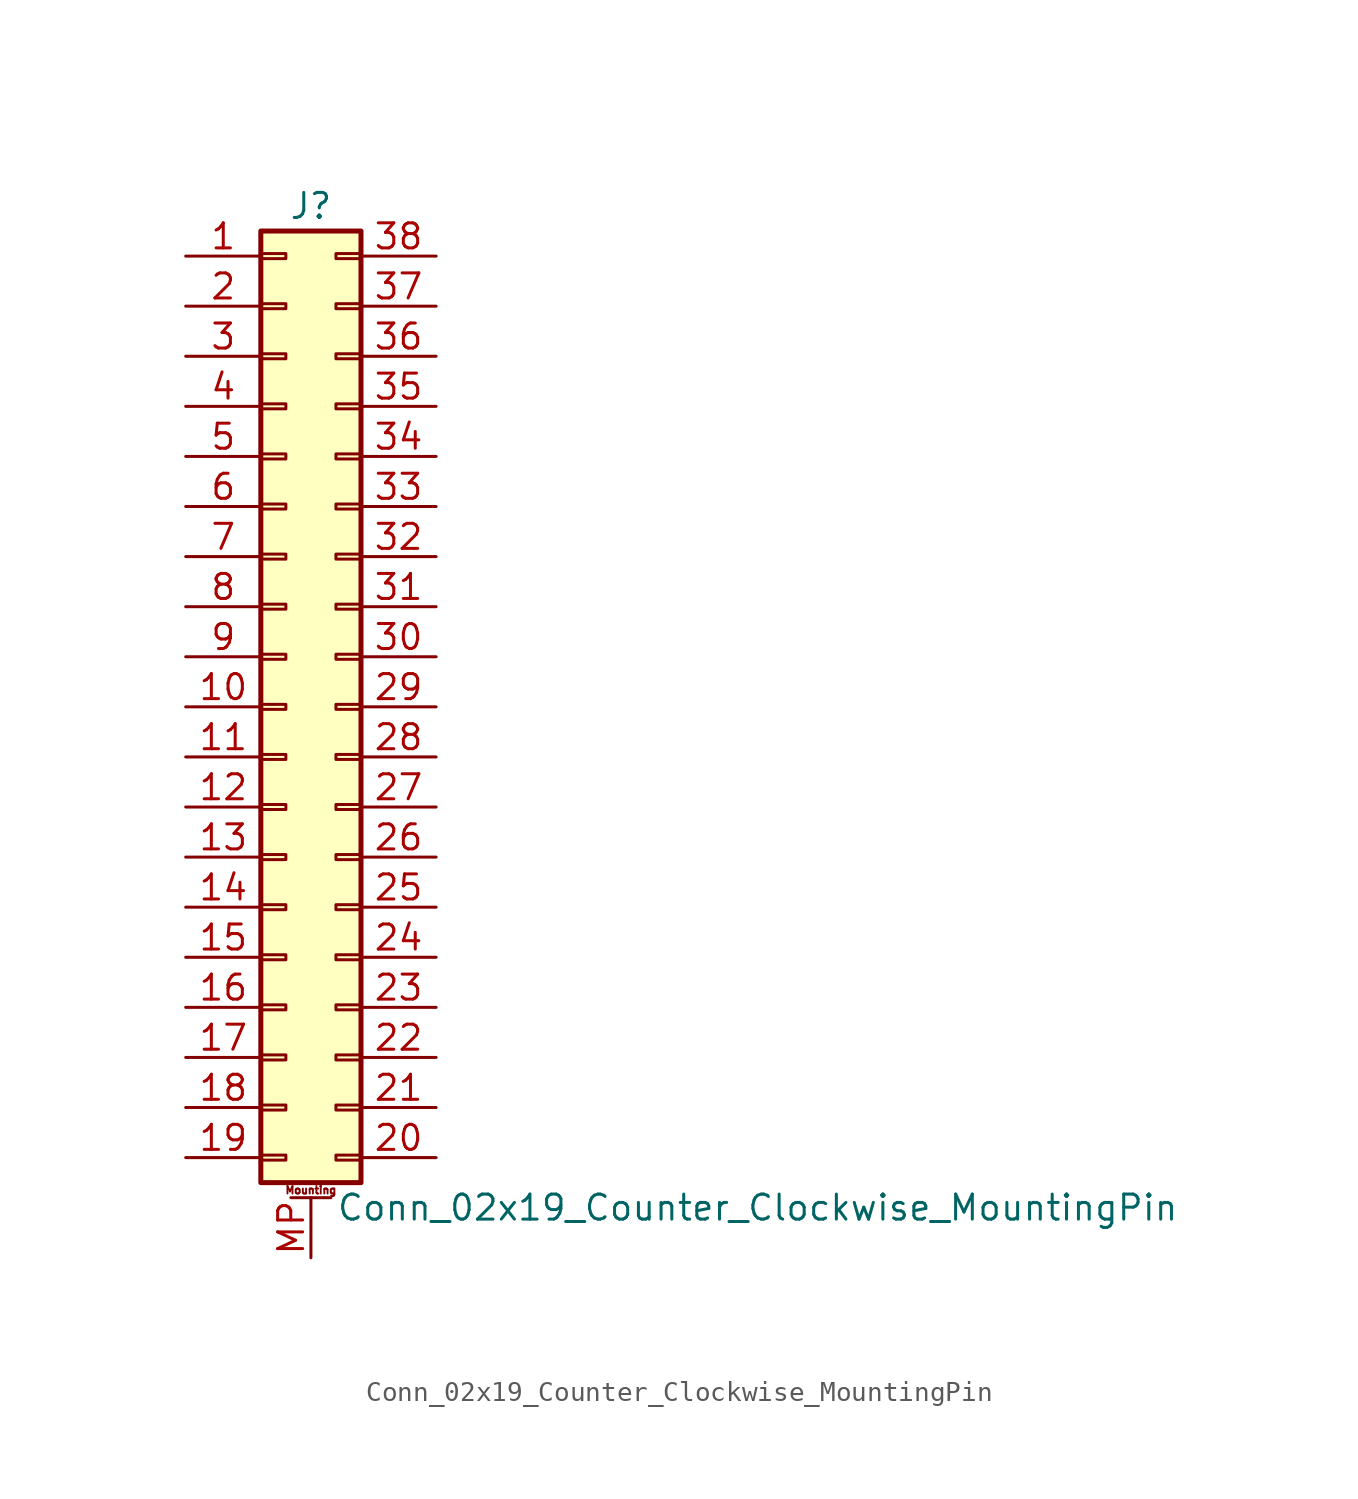
<source format=kicad_sym>
(kicad_symbol_lib
  (version 20211014)
  (generator kicad_symbol_editor)
  (symbol "Conn_02x19_Counter_Clockwise_MountingPin"
    (pin_names
      (offset 1.016) hide)
    (property "Reference" "J"
      (at 1.27 25.4 0)
      (effects (font (size 1.27 1.27))))
    (property "Value" "Conn_02x19_Counter_Clockwise_MountingPin"
      (at 2.54 -25.4 0)
      (effects (font (size 1.27 1.27)) (justify left)))
    (symbol "Conn_02x19_Counter_Clockwise_MountingPin_1_1"
      (rectangle (start -1.27 -22.733) (end 0 -22.987) (stroke (width 0.152) (type default) (color 0 0 0 0)) (fill (type none)))
      (rectangle (start -1.27 -20.193) (end 0 -20.447) (stroke (width 0.152) (type default) (color 0 0 0 0)) (fill (type none)))
      (rectangle (start -1.27 -17.653) (end 0 -17.907) (stroke (width 0.152) (type default) (color 0 0 0 0)) (fill (type none)))
      (rectangle (start -1.27 -15.113) (end 0 -15.367) (stroke (width 0.152) (type default) (color 0 0 0 0)) (fill (type none)))
      (rectangle (start -1.27 -12.573) (end 0 -12.827) (stroke (width 0.152) (type default) (color 0 0 0 0)) (fill (type none)))
      (rectangle (start -1.27 -10.033) (end 0 -10.287) (stroke (width 0.152) (type default) (color 0 0 0 0)) (fill (type none)))
      (rectangle (start -1.27 -7.493) (end 0 -7.747) (stroke (width 0.152) (type default) (color 0 0 0 0)) (fill (type none)))
      (rectangle (start -1.27 -4.953) (end 0 -5.207) (stroke (width 0.152) (type default) (color 0 0 0 0)) (fill (type none)))
      (rectangle (start -1.27 -2.413) (end 0 -2.667) (stroke (width 0.152) (type default) (color 0 0 0 0)) (fill (type none)))
      (rectangle (start -1.27 0.127) (end 0 -0.127) (stroke (width 0.152) (type default) (color 0 0 0 0)) (fill (type none)))
      (rectangle (start -1.27 2.667) (end 0 2.413) (stroke (width 0.152) (type default) (color 0 0 0 0)) (fill (type none)))
      (rectangle (start -1.27 5.207) (end 0 4.953) (stroke (width 0.152) (type default) (color 0 0 0 0)) (fill (type none)))
      (rectangle (start -1.27 7.747) (end 0 7.493) (stroke (width 0.152) (type default) (color 0 0 0 0)) (fill (type none)))
      (rectangle (start -1.27 10.287) (end 0 10.033) (stroke (width 0.152) (type default) (color 0 0 0 0)) (fill (type none)))
      (rectangle (start -1.27 12.827) (end 0 12.573) (stroke (width 0.152) (type default) (color 0 0 0 0)) (fill (type none)))
      (rectangle (start -1.27 15.367) (end 0 15.113) (stroke (width 0.152) (type default) (color 0 0 0 0)) (fill (type none)))
      (rectangle (start -1.27 17.907) (end 0 17.653) (stroke (width 0.152) (type default) (color 0 0 0 0)) (fill (type none)))
      (rectangle (start -1.27 20.447) (end 0 20.193) (stroke (width 0.152) (type default) (color 0 0 0 0)) (fill (type none)))
      (rectangle (start -1.27 22.987) (end 0 22.733) (stroke (width 0.152) (type default) (color 0 0 0 0)) (fill (type none)))
      (rectangle (start -1.27 24.13) (end 3.81 -24.13) (stroke (width 0.254) (type default) (color 0 0 0 0)) (fill (type background)))
      (polyline (pts (xy 0.254 -24.892) (xy 2.286 -24.892)) (stroke (width 0.152) (type default) (color 0 0 0 0)) (fill (type none)))
      (rectangle (start 3.81 -22.733) (end 2.54 -22.987) (stroke (width 0.152) (type default) (color 0 0 0 0)) (fill (type none)))
      (rectangle (start 3.81 -20.193) (end 2.54 -20.447) (stroke (width 0.152) (type default) (color 0 0 0 0)) (fill (type none)))
      (rectangle (start 3.81 -17.653) (end 2.54 -17.907) (stroke (width 0.152) (type default) (color 0 0 0 0)) (fill (type none)))
      (rectangle (start 3.81 -15.113) (end 2.54 -15.367) (stroke (width 0.152) (type default) (color 0 0 0 0)) (fill (type none)))
      (rectangle (start 3.81 -12.573) (end 2.54 -12.827) (stroke (width 0.152) (type default) (color 0 0 0 0)) (fill (type none)))
      (rectangle (start 3.81 -10.033) (end 2.54 -10.287) (stroke (width 0.152) (type default) (color 0 0 0 0)) (fill (type none)))
      (rectangle (start 3.81 -7.493) (end 2.54 -7.747) (stroke (width 0.152) (type default) (color 0 0 0 0)) (fill (type none)))
      (rectangle (start 3.81 -4.953) (end 2.54 -5.207) (stroke (width 0.152) (type default) (color 0 0 0 0)) (fill (type none)))
      (rectangle (start 3.81 -2.413) (end 2.54 -2.667) (stroke (width 0.152) (type default) (color 0 0 0 0)) (fill (type none)))
      (rectangle (start 3.81 0.127) (end 2.54 -0.127) (stroke (width 0.152) (type default) (color 0 0 0 0)) (fill (type none)))
      (rectangle (start 3.81 2.667) (end 2.54 2.413) (stroke (width 0.152) (type default) (color 0 0 0 0)) (fill (type none)))
      (rectangle (start 3.81 5.207) (end 2.54 4.953) (stroke (width 0.152) (type default) (color 0 0 0 0)) (fill (type none)))
      (rectangle (start 3.81 7.747) (end 2.54 7.493) (stroke (width 0.152) (type default) (color 0 0 0 0)) (fill (type none)))
      (rectangle (start 3.81 10.287) (end 2.54 10.033) (stroke (width 0.152) (type default) (color 0 0 0 0)) (fill (type none)))
      (rectangle (start 3.81 12.827) (end 2.54 12.573) (stroke (width 0.152) (type default) (color 0 0 0 0)) (fill (type none)))
      (rectangle (start 3.81 15.367) (end 2.54 15.113) (stroke (width 0.152) (type default) (color 0 0 0 0)) (fill (type none)))
      (rectangle (start 3.81 17.907) (end 2.54 17.653) (stroke (width 0.152) (type default) (color 0 0 0 0)) (fill (type none)))
      (rectangle (start 3.81 20.447) (end 2.54 20.193) (stroke (width 0.152) (type default) (color 0 0 0 0)) (fill (type none)))
      (rectangle (start 3.81 22.987) (end 2.54 22.733) (stroke (width 0.152) (type default) (color 0 0 0 0)) (fill (type none)))
      (text "Mounting" (at 1.27 -24.511 0) (effects (font (size 0.381 0.381))))
      (pin passive line (at -5.08 22.86 0) (length 3.81) (name "Pin_1" (effects (font (size 1.27 1.27)))) (number "1" (effects (font (size 1.27 1.27)))))
      (pin passive line (at -5.08 0 0) (length 3.81) (name "Pin_10" (effects (font (size 1.27 1.27)))) (number "10" (effects (font (size 1.27 1.27)))))
      (pin passive line (at -5.08 -2.54 0) (length 3.81) (name "Pin_11" (effects (font (size 1.27 1.27)))) (number "11" (effects (font (size 1.27 1.27)))))
      (pin passive line (at -5.08 -5.08 0) (length 3.81) (name "Pin_12" (effects (font (size 1.27 1.27)))) (number "12" (effects (font (size 1.27 1.27)))))
      (pin passive line (at -5.08 -7.62 0) (length 3.81) (name "Pin_13" (effects (font (size 1.27 1.27)))) (number "13" (effects (font (size 1.27 1.27)))))
      (pin passive line (at -5.08 -10.16 0) (length 3.81) (name "Pin_14" (effects (font (size 1.27 1.27)))) (number "14" (effects (font (size 1.27 1.27)))))
      (pin passive line (at -5.08 -12.7 0) (length 3.81) (name "Pin_15" (effects (font (size 1.27 1.27)))) (number "15" (effects (font (size 1.27 1.27)))))
      (pin passive line (at -5.08 -15.24 0) (length 3.81) (name "Pin_16" (effects (font (size 1.27 1.27)))) (number "16" (effects (font (size 1.27 1.27)))))
      (pin passive line (at -5.08 -17.78 0) (length 3.81) (name "Pin_17" (effects (font (size 1.27 1.27)))) (number "17" (effects (font (size 1.27 1.27)))))
      (pin passive line (at -5.08 -20.32 0) (length 3.81) (name "Pin_18" (effects (font (size 1.27 1.27)))) (number "18" (effects (font (size 1.27 1.27)))))
      (pin passive line (at -5.08 -22.86 0) (length 3.81) (name "Pin_19" (effects (font (size 1.27 1.27)))) (number "19" (effects (font (size 1.27 1.27)))))
      (pin passive line (at -5.08 20.32 0) (length 3.81) (name "Pin_2" (effects (font (size 1.27 1.27)))) (number "2" (effects (font (size 1.27 1.27)))))
      (pin passive line (at 7.62 -22.86 180) (length 3.81) (name "Pin_20" (effects (font (size 1.27 1.27)))) (number "20" (effects (font (size 1.27 1.27)))))
      (pin passive line (at 7.62 -20.32 180) (length 3.81) (name "Pin_21" (effects (font (size 1.27 1.27)))) (number "21" (effects (font (size 1.27 1.27)))))
      (pin passive line (at 7.62 -17.78 180) (length 3.81) (name "Pin_22" (effects (font (size 1.27 1.27)))) (number "22" (effects (font (size 1.27 1.27)))))
      (pin passive line (at 7.62 -15.24 180) (length 3.81) (name "Pin_23" (effects (font (size 1.27 1.27)))) (number "23" (effects (font (size 1.27 1.27)))))
      (pin passive line (at 7.62 -12.7 180) (length 3.81) (name "Pin_24" (effects (font (size 1.27 1.27)))) (number "24" (effects (font (size 1.27 1.27)))))
      (pin passive line (at 7.62 -10.16 180) (length 3.81) (name "Pin_25" (effects (font (size 1.27 1.27)))) (number "25" (effects (font (size 1.27 1.27)))))
      (pin passive line (at 7.62 -7.62 180) (length 3.81) (name "Pin_26" (effects (font (size 1.27 1.27)))) (number "26" (effects (font (size 1.27 1.27)))))
      (pin passive line (at 7.62 -5.08 180) (length 3.81) (name "Pin_27" (effects (font (size 1.27 1.27)))) (number "27" (effects (font (size 1.27 1.27)))))
      (pin passive line (at 7.62 -2.54 180) (length 3.81) (name "Pin_28" (effects (font (size 1.27 1.27)))) (number "28" (effects (font (size 1.27 1.27)))))
      (pin passive line (at 7.62 0 180) (length 3.81) (name "Pin_29" (effects (font (size 1.27 1.27)))) (number "29" (effects (font (size 1.27 1.27)))))
      (pin passive line (at -5.08 17.78 0) (length 3.81) (name "Pin_3" (effects (font (size 1.27 1.27)))) (number "3" (effects (font (size 1.27 1.27)))))
      (pin passive line (at 7.62 2.54 180) (length 3.81) (name "Pin_30" (effects (font (size 1.27 1.27)))) (number "30" (effects (font (size 1.27 1.27)))))
      (pin passive line (at 7.62 5.08 180) (length 3.81) (name "Pin_31" (effects (font (size 1.27 1.27)))) (number "31" (effects (font (size 1.27 1.27)))))
      (pin passive line (at 7.62 7.62 180) (length 3.81) (name "Pin_32" (effects (font (size 1.27 1.27)))) (number "32" (effects (font (size 1.27 1.27)))))
      (pin passive line (at 7.62 10.16 180) (length 3.81) (name "Pin_33" (effects (font (size 1.27 1.27)))) (number "33" (effects (font (size 1.27 1.27)))))
      (pin passive line (at 7.62 12.7 180) (length 3.81) (name "Pin_34" (effects (font (size 1.27 1.27)))) (number "34" (effects (font (size 1.27 1.27)))))
      (pin passive line (at 7.62 15.24 180) (length 3.81) (name "Pin_35" (effects (font (size 1.27 1.27)))) (number "35" (effects (font (size 1.27 1.27)))))
      (pin passive line (at 7.62 17.78 180) (length 3.81) (name "Pin_36" (effects (font (size 1.27 1.27)))) (number "36" (effects (font (size 1.27 1.27)))))
      (pin passive line (at 7.62 20.32 180) (length 3.81) (name "Pin_37" (effects (font (size 1.27 1.27)))) (number "37" (effects (font (size 1.27 1.27)))))
      (pin passive line (at 7.62 22.86 180) (length 3.81) (name "Pin_38" (effects (font (size 1.27 1.27)))) (number "38" (effects (font (size 1.27 1.27)))))
      (pin passive line (at -5.08 15.24 0) (length 3.81) (name "Pin_4" (effects (font (size 1.27 1.27)))) (number "4" (effects (font (size 1.27 1.27)))))
      (pin passive line (at -5.08 12.7 0) (length 3.81) (name "Pin_5" (effects (font (size 1.27 1.27)))) (number "5" (effects (font (size 1.27 1.27)))))
      (pin passive line (at -5.08 10.16 0) (length 3.81) (name "Pin_6" (effects (font (size 1.27 1.27)))) (number "6" (effects (font (size 1.27 1.27)))))
      (pin passive line (at -5.08 7.62 0) (length 3.81) (name "Pin_7" (effects (font (size 1.27 1.27)))) (number "7" (effects (font (size 1.27 1.27)))))
      (pin passive line (at -5.08 5.08 0) (length 3.81) (name "Pin_8" (effects (font (size 1.27 1.27)))) (number "8" (effects (font (size 1.27 1.27)))))
      (pin passive line (at -5.08 2.54 0) (length 3.81) (name "Pin_9" (effects (font (size 1.27 1.27)))) (number "9" (effects (font (size 1.27 1.27)))))
      (pin passive line (at 1.27 -27.94 90) (length 3.048) (name "MountPin" (effects (font (size 1.27 1.27)))) (number "MP" (effects (font (size 1.27 1.27))))))))
</source>
